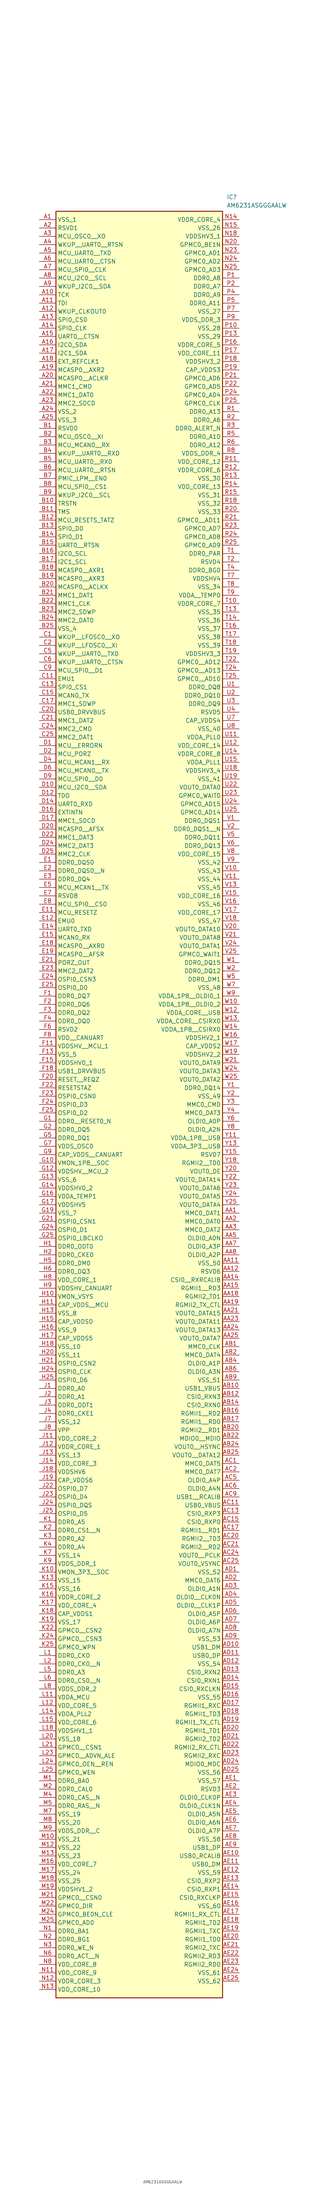
<source format=kicad_sym>
(kicad_symbol_lib
  (version 20211014)
  (generator SamacSys_ECAD_Model)
  (symbol "AM6231ASGGGAALW"
    (property "Reference" "IC"
      (at 57.15 7.62 0)
      (effects (font (size 1.27 1.27)) (justify left top)))
    (property "Value" "AM6231ASGGGAALW"
      (at 57.15 5.08 0)
      (effects (font (size 1.27 1.27)) (justify left top)))
    (rectangle
      (start 5.08 2.54)
      (end 55.88 -541.02)
      (stroke (width 0.254) (type default))
      (fill (type background)))
    (pin passive line
      (at 0 0 0)
      (length 5.08)
      (name "VSS_1" (effects (font (size 1.27 1.27))))
      (number "A1" (effects (font (size 1.27 1.27)))))
    (pin passive line
      (at 0 -2.54 0)
      (length 5.08)
      (name "RSVD1" (effects (font (size 1.27 1.27))))
      (number "A2" (effects (font (size 1.27 1.27)))))
    (pin passive line
      (at 0 -5.08 0)
      (length 5.08)
      (name "MCU_OSC0__XO" (effects (font (size 1.27 1.27))))
      (number "A3" (effects (font (size 1.27 1.27)))))
    (pin passive line
      (at 0 -7.62 0)
      (length 5.08)
      (name "WKUP__UART0__RTSN" (effects (font (size 1.27 1.27))))
      (number "A4" (effects (font (size 1.27 1.27)))))
    (pin passive line
      (at 0 -10.16 0)
      (length 5.08)
      (name "MCU_UART0__TXD" (effects (font (size 1.27 1.27))))
      (number "A5" (effects (font (size 1.27 1.27)))))
    (pin passive line
      (at 0 -12.7 0)
      (length 5.08)
      (name "MCU_UART0__CTSN" (effects (font (size 1.27 1.27))))
      (number "A6" (effects (font (size 1.27 1.27)))))
    (pin passive line
      (at 0 -15.24 0)
      (length 5.08)
      (name "MCU_SPI0__CLK" (effects (font (size 1.27 1.27))))
      (number "A7" (effects (font (size 1.27 1.27)))))
    (pin passive line
      (at 0 -17.78 0)
      (length 5.08)
      (name "MCU_I2C0__SCL" (effects (font (size 1.27 1.27))))
      (number "A8" (effects (font (size 1.27 1.27)))))
    (pin passive line
      (at 0 -20.32 0)
      (length 5.08)
      (name "WKUP_I2C0__SDA" (effects (font (size 1.27 1.27))))
      (number "A9" (effects (font (size 1.27 1.27)))))
    (pin passive line
      (at 0 -22.86 0)
      (length 5.08)
      (name "TCK" (effects (font (size 1.27 1.27))))
      (number "A10" (effects (font (size 1.27 1.27)))))
    (pin passive line
      (at 0 -25.4 0)
      (length 5.08)
      (name "TDI" (effects (font (size 1.27 1.27))))
      (number "A11" (effects (font (size 1.27 1.27)))))
    (pin passive line
      (at 0 -27.94 0)
      (length 5.08)
      (name "WKUP_CLKOUT0" (effects (font (size 1.27 1.27))))
      (number "A12" (effects (font (size 1.27 1.27)))))
    (pin passive line
      (at 0 -30.48 0)
      (length 5.08)
      (name "SPI0_CS0" (effects (font (size 1.27 1.27))))
      (number "A13" (effects (font (size 1.27 1.27)))))
    (pin passive line
      (at 0 -33.02 0)
      (length 5.08)
      (name "SPI0_CLK" (effects (font (size 1.27 1.27))))
      (number "A14" (effects (font (size 1.27 1.27)))))
    (pin passive line
      (at 0 -35.56 0)
      (length 5.08)
      (name "UART0__CTSN" (effects (font (size 1.27 1.27))))
      (number "A15" (effects (font (size 1.27 1.27)))))
    (pin passive line
      (at 0 -38.1 0)
      (length 5.08)
      (name "I2C0_SDA" (effects (font (size 1.27 1.27))))
      (number "A16" (effects (font (size 1.27 1.27)))))
    (pin passive line
      (at 0 -40.64 0)
      (length 5.08)
      (name "I2C1_SDA" (effects (font (size 1.27 1.27))))
      (number "A17" (effects (font (size 1.27 1.27)))))
    (pin passive line
      (at 0 -43.18 0)
      (length 5.08)
      (name "EXT_REFCLK1" (effects (font (size 1.27 1.27))))
      (number "A18" (effects (font (size 1.27 1.27)))))
    (pin passive line
      (at 0 -45.72 0)
      (length 5.08)
      (name "MCASP0__AXR2" (effects (font (size 1.27 1.27))))
      (number "A19" (effects (font (size 1.27 1.27)))))
    (pin passive line
      (at 0 -48.26 0)
      (length 5.08)
      (name "MCASP0__ACLKR" (effects (font (size 1.27 1.27))))
      (number "A20" (effects (font (size 1.27 1.27)))))
    (pin passive line
      (at 0 -50.8 0)
      (length 5.08)
      (name "MMC1_CMD" (effects (font (size 1.27 1.27))))
      (number "A21" (effects (font (size 1.27 1.27)))))
    (pin passive line
      (at 0 -53.34 0)
      (length 5.08)
      (name "MMC1_DAT0" (effects (font (size 1.27 1.27))))
      (number "A22" (effects (font (size 1.27 1.27)))))
    (pin passive line
      (at 0 -55.88 0)
      (length 5.08)
      (name "MMC2_SDCD" (effects (font (size 1.27 1.27))))
      (number "A23" (effects (font (size 1.27 1.27)))))
    (pin passive line
      (at 0 -58.42 0)
      (length 5.08)
      (name "VSS_2" (effects (font (size 1.27 1.27))))
      (number "A24" (effects (font (size 1.27 1.27)))))
    (pin passive line
      (at 0 -60.96 0)
      (length 5.08)
      (name "VSS_3" (effects (font (size 1.27 1.27))))
      (number "A25" (effects (font (size 1.27 1.27)))))
    (pin passive line
      (at 0 -63.5 0)
      (length 5.08)
      (name "RSVD0" (effects (font (size 1.27 1.27))))
      (number "B1" (effects (font (size 1.27 1.27)))))
    (pin passive line
      (at 0 -66.04 0)
      (length 5.08)
      (name "MCU_OSC0__XI" (effects (font (size 1.27 1.27))))
      (number "B2" (effects (font (size 1.27 1.27)))))
    (pin passive line
      (at 0 -68.58 0)
      (length 5.08)
      (name "MCU_MCAN0__RX" (effects (font (size 1.27 1.27))))
      (number "B3" (effects (font (size 1.27 1.27)))))
    (pin passive line
      (at 0 -71.12 0)
      (length 5.08)
      (name "WKUP__UART0__RXD" (effects (font (size 1.27 1.27))))
      (number "B4" (effects (font (size 1.27 1.27)))))
    (pin passive line
      (at 0 -73.66 0)
      (length 5.08)
      (name "MCU_UART0__RXD" (effects (font (size 1.27 1.27))))
      (number "B5" (effects (font (size 1.27 1.27)))))
    (pin passive line
      (at 0 -76.2 0)
      (length 5.08)
      (name "MCU_UART0__RTSN" (effects (font (size 1.27 1.27))))
      (number "B6" (effects (font (size 1.27 1.27)))))
    (pin passive line
      (at 0 -78.74 0)
      (length 5.08)
      (name "PMIC_LPM__EN0" (effects (font (size 1.27 1.27))))
      (number "B7" (effects (font (size 1.27 1.27)))))
    (pin passive line
      (at 0 -81.28 0)
      (length 5.08)
      (name "MCU_SPI0__CS1" (effects (font (size 1.27 1.27))))
      (number "B8" (effects (font (size 1.27 1.27)))))
    (pin passive line
      (at 0 -83.82 0)
      (length 5.08)
      (name "WKUP_I2C0__SCL" (effects (font (size 1.27 1.27))))
      (number "B9" (effects (font (size 1.27 1.27)))))
    (pin passive line
      (at 0 -86.36 0)
      (length 5.08)
      (name "TRSTN" (effects (font (size 1.27 1.27))))
      (number "B10" (effects (font (size 1.27 1.27)))))
    (pin passive line
      (at 0 -88.9 0)
      (length 5.08)
      (name "TMS" (effects (font (size 1.27 1.27))))
      (number "B11" (effects (font (size 1.27 1.27)))))
    (pin passive line
      (at 0 -91.44 0)
      (length 5.08)
      (name "MCU_RESETS_TATZ" (effects (font (size 1.27 1.27))))
      (number "B12" (effects (font (size 1.27 1.27)))))
    (pin passive line
      (at 0 -93.98 0)
      (length 5.08)
      (name "SPI0_D0" (effects (font (size 1.27 1.27))))
      (number "B13" (effects (font (size 1.27 1.27)))))
    (pin passive line
      (at 0 -96.52 0)
      (length 5.08)
      (name "SPI0_D1" (effects (font (size 1.27 1.27))))
      (number "B14" (effects (font (size 1.27 1.27)))))
    (pin passive line
      (at 0 -99.06 0)
      (length 5.08)
      (name "UART0__RTSN" (effects (font (size 1.27 1.27))))
      (number "B15" (effects (font (size 1.27 1.27)))))
    (pin passive line
      (at 0 -101.6 0)
      (length 5.08)
      (name "I2C0_SCL" (effects (font (size 1.27 1.27))))
      (number "B16" (effects (font (size 1.27 1.27)))))
    (pin passive line
      (at 0 -104.14 0)
      (length 5.08)
      (name "I2C1_SCL" (effects (font (size 1.27 1.27))))
      (number "B17" (effects (font (size 1.27 1.27)))))
    (pin passive line
      (at 0 -106.68 0)
      (length 5.08)
      (name "MCASP0__AXR1" (effects (font (size 1.27 1.27))))
      (number "B18" (effects (font (size 1.27 1.27)))))
    (pin passive line
      (at 0 -109.22 0)
      (length 5.08)
      (name "MCASP0__AXR3" (effects (font (size 1.27 1.27))))
      (number "B19" (effects (font (size 1.27 1.27)))))
    (pin passive line
      (at 0 -111.76 0)
      (length 5.08)
      (name "MCASP0__ACLKX" (effects (font (size 1.27 1.27))))
      (number "B20" (effects (font (size 1.27 1.27)))))
    (pin passive line
      (at 0 -114.3 0)
      (length 5.08)
      (name "MMC1_DAT1" (effects (font (size 1.27 1.27))))
      (number "B21" (effects (font (size 1.27 1.27)))))
    (pin passive line
      (at 0 -116.84 0)
      (length 5.08)
      (name "MMC1_CLK" (effects (font (size 1.27 1.27))))
      (number "B22" (effects (font (size 1.27 1.27)))))
    (pin passive line
      (at 0 -119.38 0)
      (length 5.08)
      (name "MMC2_SDWP" (effects (font (size 1.27 1.27))))
      (number "B23" (effects (font (size 1.27 1.27)))))
    (pin passive line
      (at 0 -121.92 0)
      (length 5.08)
      (name "MMC2_DAT0" (effects (font (size 1.27 1.27))))
      (number "B24" (effects (font (size 1.27 1.27)))))
    (pin passive line
      (at 0 -124.46 0)
      (length 5.08)
      (name "VSS_4" (effects (font (size 1.27 1.27))))
      (number "B25" (effects (font (size 1.27 1.27)))))
    (pin passive line
      (at 0 -127 0)
      (length 5.08)
      (name "WKUP__LFOSC0__XO" (effects (font (size 1.27 1.27))))
      (number "C1" (effects (font (size 1.27 1.27)))))
    (pin passive line
      (at 0 -129.54 0)
      (length 5.08)
      (name "WKUP__LFOSC0__XI" (effects (font (size 1.27 1.27))))
      (number "C2" (effects (font (size 1.27 1.27)))))
    (pin passive line
      (at 0 -132.08 0)
      (length 5.08)
      (name "WKUP__UART0__TXD" (effects (font (size 1.27 1.27))))
      (number "C5" (effects (font (size 1.27 1.27)))))
    (pin passive line
      (at 0 -134.62 0)
      (length 5.08)
      (name "WKUP__UART0__CTSN" (effects (font (size 1.27 1.27))))
      (number "C6" (effects (font (size 1.27 1.27)))))
    (pin passive line
      (at 0 -137.16 0)
      (length 5.08)
      (name "MCU_SPI0__D1" (effects (font (size 1.27 1.27))))
      (number "C9" (effects (font (size 1.27 1.27)))))
    (pin passive line
      (at 0 -139.7 0)
      (length 5.08)
      (name "EMU1" (effects (font (size 1.27 1.27))))
      (number "C11" (effects (font (size 1.27 1.27)))))
    (pin passive line
      (at 0 -142.24 0)
      (length 5.08)
      (name "SPI0_CS1" (effects (font (size 1.27 1.27))))
      (number "C13" (effects (font (size 1.27 1.27)))))
    (pin passive line
      (at 0 -144.78 0)
      (length 5.08)
      (name "MCAN0_TX" (effects (font (size 1.27 1.27))))
      (number "C15" (effects (font (size 1.27 1.27)))))
    (pin passive line
      (at 0 -147.32 0)
      (length 5.08)
      (name "MMC1_SDWP" (effects (font (size 1.27 1.27))))
      (number "C17" (effects (font (size 1.27 1.27)))))
    (pin passive line
      (at 0 -149.86 0)
      (length 5.08)
      (name "USB0_DRVVBUS" (effects (font (size 1.27 1.27))))
      (number "C20" (effects (font (size 1.27 1.27)))))
    (pin passive line
      (at 0 -152.4 0)
      (length 5.08)
      (name "MMC1_DAT2" (effects (font (size 1.27 1.27))))
      (number "C21" (effects (font (size 1.27 1.27)))))
    (pin passive line
      (at 0 -154.94 0)
      (length 5.08)
      (name "MMC2_CMD" (effects (font (size 1.27 1.27))))
      (number "C24" (effects (font (size 1.27 1.27)))))
    (pin passive line
      (at 0 -157.48 0)
      (length 5.08)
      (name "MMC2_DAT1" (effects (font (size 1.27 1.27))))
      (number "C25" (effects (font (size 1.27 1.27)))))
    (pin passive line
      (at 0 -160.02 0)
      (length 5.08)
      (name "MCU__ERRORN" (effects (font (size 1.27 1.27))))
      (number "D1" (effects (font (size 1.27 1.27)))))
    (pin passive line
      (at 0 -162.56 0)
      (length 5.08)
      (name "MCU_PORZ" (effects (font (size 1.27 1.27))))
      (number "D2" (effects (font (size 1.27 1.27)))))
    (pin passive line
      (at 0 -165.1 0)
      (length 5.08)
      (name "MCU_MCAN1__RX" (effects (font (size 1.27 1.27))))
      (number "D4" (effects (font (size 1.27 1.27)))))
    (pin passive line
      (at 0 -167.64 0)
      (length 5.08)
      (name "MCU_MCAN0__TX" (effects (font (size 1.27 1.27))))
      (number "D6" (effects (font (size 1.27 1.27)))))
    (pin passive line
      (at 0 -170.18 0)
      (length 5.08)
      (name "MCU_SPI0__D0" (effects (font (size 1.27 1.27))))
      (number "D9" (effects (font (size 1.27 1.27)))))
    (pin passive line
      (at 0 -172.72 0)
      (length 5.08)
      (name "MCU_I2C0__SDA" (effects (font (size 1.27 1.27))))
      (number "D10" (effects (font (size 1.27 1.27)))))
    (pin passive line
      (at 0 -175.26 0)
      (length 5.08)
      (name "TDO" (effects (font (size 1.27 1.27))))
      (number "D12" (effects (font (size 1.27 1.27)))))
    (pin passive line
      (at 0 -177.8 0)
      (length 5.08)
      (name "UART0_RXD" (effects (font (size 1.27 1.27))))
      (number "D14" (effects (font (size 1.27 1.27)))))
    (pin passive line
      (at 0 -180.34 0)
      (length 5.08)
      (name "EXTINTN" (effects (font (size 1.27 1.27))))
      (number "D16" (effects (font (size 1.27 1.27)))))
    (pin passive line
      (at 0 -182.88 0)
      (length 5.08)
      (name "MMC1_SDCD" (effects (font (size 1.27 1.27))))
      (number "D17" (effects (font (size 1.27 1.27)))))
    (pin passive line
      (at 0 -185.42 0)
      (length 5.08)
      (name "MCASP0__AFSX" (effects (font (size 1.27 1.27))))
      (number "D20" (effects (font (size 1.27 1.27)))))
    (pin passive line
      (at 0 -187.96 0)
      (length 5.08)
      (name "MMC1_DAT3" (effects (font (size 1.27 1.27))))
      (number "D22" (effects (font (size 1.27 1.27)))))
    (pin passive line
      (at 0 -190.5 0)
      (length 5.08)
      (name "MMC2_DAT3" (effects (font (size 1.27 1.27))))
      (number "D24" (effects (font (size 1.27 1.27)))))
    (pin passive line
      (at 0 -193.04 0)
      (length 5.08)
      (name "MMC2_CLK" (effects (font (size 1.27 1.27))))
      (number "D25" (effects (font (size 1.27 1.27)))))
    (pin passive line
      (at 0 -195.58 0)
      (length 5.08)
      (name "DDR0_DQS0" (effects (font (size 1.27 1.27))))
      (number "E1" (effects (font (size 1.27 1.27)))))
    (pin passive line
      (at 0 -198.12 0)
      (length 5.08)
      (name "DDR0_DQS0__N" (effects (font (size 1.27 1.27))))
      (number "E2" (effects (font (size 1.27 1.27)))))
    (pin passive line
      (at 0 -200.66 0)
      (length 5.08)
      (name "DDR0_DQ4" (effects (font (size 1.27 1.27))))
      (number "E3" (effects (font (size 1.27 1.27)))))
    (pin passive line
      (at 0 -203.2 0)
      (length 5.08)
      (name "MCU_MCAN1__TX" (effects (font (size 1.27 1.27))))
      (number "E5" (effects (font (size 1.27 1.27)))))
    (pin passive line
      (at 0 -205.74 0)
      (length 5.08)
      (name "RSVD8" (effects (font (size 1.27 1.27))))
      (number "E7" (effects (font (size 1.27 1.27)))))
    (pin passive line
      (at 0 -208.28 0)
      (length 5.08)
      (name "MCU_SPI0__CS0" (effects (font (size 1.27 1.27))))
      (number "E8" (effects (font (size 1.27 1.27)))))
    (pin passive line
      (at 0 -210.82 0)
      (length 5.08)
      (name "MCU_RESETZ" (effects (font (size 1.27 1.27))))
      (number "E11" (effects (font (size 1.27 1.27)))))
    (pin passive line
      (at 0 -213.36 0)
      (length 5.08)
      (name "EMU0" (effects (font (size 1.27 1.27))))
      (number "E12" (effects (font (size 1.27 1.27)))))
    (pin passive line
      (at 0 -215.9 0)
      (length 5.08)
      (name "UART0_TXD" (effects (font (size 1.27 1.27))))
      (number "E14" (effects (font (size 1.27 1.27)))))
    (pin passive line
      (at 0 -218.44 0)
      (length 5.08)
      (name "MCAN0_RX" (effects (font (size 1.27 1.27))))
      (number "E15" (effects (font (size 1.27 1.27)))))
    (pin passive line
      (at 0 -220.98 0)
      (length 5.08)
      (name "MCASP0__AXR0" (effects (font (size 1.27 1.27))))
      (number "E18" (effects (font (size 1.27 1.27)))))
    (pin passive line
      (at 0 -223.52 0)
      (length 5.08)
      (name "MCASP0__AFSR" (effects (font (size 1.27 1.27))))
      (number "E19" (effects (font (size 1.27 1.27)))))
    (pin passive line
      (at 0 -226.06 0)
      (length 5.08)
      (name "PORZ_OUT" (effects (font (size 1.27 1.27))))
      (number "E21" (effects (font (size 1.27 1.27)))))
    (pin passive line
      (at 0 -228.6 0)
      (length 5.08)
      (name "MMC2_DAT2" (effects (font (size 1.27 1.27))))
      (number "E23" (effects (font (size 1.27 1.27)))))
    (pin passive line
      (at 0 -231.14 0)
      (length 5.08)
      (name "OSPI0_CSN3" (effects (font (size 1.27 1.27))))
      (number "E24" (effects (font (size 1.27 1.27)))))
    (pin passive line
      (at 0 -233.68 0)
      (length 5.08)
      (name "OSPI0_D0" (effects (font (size 1.27 1.27))))
      (number "E25" (effects (font (size 1.27 1.27)))))
    (pin passive line
      (at 0 -236.22 0)
      (length 5.08)
      (name "DDR0_DQ7" (effects (font (size 1.27 1.27))))
      (number "F1" (effects (font (size 1.27 1.27)))))
    (pin passive line
      (at 0 -238.76 0)
      (length 5.08)
      (name "DDR0_DQ6" (effects (font (size 1.27 1.27))))
      (number "F2" (effects (font (size 1.27 1.27)))))
    (pin passive line
      (at 0 -241.3 0)
      (length 5.08)
      (name "DDR0_DQ2" (effects (font (size 1.27 1.27))))
      (number "F3" (effects (font (size 1.27 1.27)))))
    (pin passive line
      (at 0 -243.84 0)
      (length 5.08)
      (name "DDR0_DQ0" (effects (font (size 1.27 1.27))))
      (number "F4" (effects (font (size 1.27 1.27)))))
    (pin passive line
      (at 0 -246.38 0)
      (length 5.08)
      (name "RSVD2" (effects (font (size 1.27 1.27))))
      (number "F6" (effects (font (size 1.27 1.27)))))
    (pin passive line
      (at 0 -248.92 0)
      (length 5.08)
      (name "VDD__CANUART" (effects (font (size 1.27 1.27))))
      (number "F8" (effects (font (size 1.27 1.27)))))
    (pin passive line
      (at 0 -251.46 0)
      (length 5.08)
      (name "VDDSHV__MCU_1" (effects (font (size 1.27 1.27))))
      (number "F11" (effects (font (size 1.27 1.27)))))
    (pin passive line
      (at 0 -254 0)
      (length 5.08)
      (name "VSS_5" (effects (font (size 1.27 1.27))))
      (number "F13" (effects (font (size 1.27 1.27)))))
    (pin passive line
      (at 0 -256.54 0)
      (length 5.08)
      (name "VDDSHV0_1" (effects (font (size 1.27 1.27))))
      (number "F15" (effects (font (size 1.27 1.27)))))
    (pin passive line
      (at 0 -259.08 0)
      (length 5.08)
      (name "USB1_DRVVBUS" (effects (font (size 1.27 1.27))))
      (number "F18" (effects (font (size 1.27 1.27)))))
    (pin passive line
      (at 0 -261.62 0)
      (length 5.08)
      (name "RESET__REQZ" (effects (font (size 1.27 1.27))))
      (number "F20" (effects (font (size 1.27 1.27)))))
    (pin passive line
      (at 0 -264.16 0)
      (length 5.08)
      (name "RESETSTAZ" (effects (font (size 1.27 1.27))))
      (number "F22" (effects (font (size 1.27 1.27)))))
    (pin passive line
      (at 0 -266.7 0)
      (length 5.08)
      (name "OSPI0_CSN0" (effects (font (size 1.27 1.27))))
      (number "F23" (effects (font (size 1.27 1.27)))))
    (pin passive line
      (at 0 -269.24 0)
      (length 5.08)
      (name "OSPI0_D3" (effects (font (size 1.27 1.27))))
      (number "F24" (effects (font (size 1.27 1.27)))))
    (pin passive line
      (at 0 -271.78 0)
      (length 5.08)
      (name "OSPI0_D2" (effects (font (size 1.27 1.27))))
      (number "F25" (effects (font (size 1.27 1.27)))))
    (pin passive line
      (at 0 -274.32 0)
      (length 5.08)
      (name "DDR0__RESET0_N" (effects (font (size 1.27 1.27))))
      (number "G1" (effects (font (size 1.27 1.27)))))
    (pin passive line
      (at 0 -276.86 0)
      (length 5.08)
      (name "DDR0_DQ5" (effects (font (size 1.27 1.27))))
      (number "G2" (effects (font (size 1.27 1.27)))))
    (pin passive line
      (at 0 -279.4 0)
      (length 5.08)
      (name "DDR0_DQ1" (effects (font (size 1.27 1.27))))
      (number "G5" (effects (font (size 1.27 1.27)))))
    (pin passive line
      (at 0 -281.94 0)
      (length 5.08)
      (name "VDDS_OSC0" (effects (font (size 1.27 1.27))))
      (number "G7" (effects (font (size 1.27 1.27)))))
    (pin passive line
      (at 0 -284.48 0)
      (length 5.08)
      (name "CAP_VDDS__CANUART" (effects (font (size 1.27 1.27))))
      (number "G9" (effects (font (size 1.27 1.27)))))
    (pin passive line
      (at 0 -287.02 0)
      (length 5.08)
      (name "VMON_1P8__SOC" (effects (font (size 1.27 1.27))))
      (number "G10" (effects (font (size 1.27 1.27)))))
    (pin passive line
      (at 0 -289.56 0)
      (length 5.08)
      (name "VDDSHV__MCU_2" (effects (font (size 1.27 1.27))))
      (number "G12" (effects (font (size 1.27 1.27)))))
    (pin passive line
      (at 0 -292.1 0)
      (length 5.08)
      (name "VSS_6" (effects (font (size 1.27 1.27))))
      (number "G13" (effects (font (size 1.27 1.27)))))
    (pin passive line
      (at 0 -294.64 0)
      (length 5.08)
      (name "VDDSHV0_2" (effects (font (size 1.27 1.27))))
      (number "G14" (effects (font (size 1.27 1.27)))))
    (pin passive line
      (at 0 -297.18 0)
      (length 5.08)
      (name "VDDA_TEMP1" (effects (font (size 1.27 1.27))))
      (number "G16" (effects (font (size 1.27 1.27)))))
    (pin passive line
      (at 0 -299.72 0)
      (length 5.08)
      (name "VDDSHV5" (effects (font (size 1.27 1.27))))
      (number "G17" (effects (font (size 1.27 1.27)))))
    (pin passive line
      (at 0 -302.26 0)
      (length 5.08)
      (name "VSS_7" (effects (font (size 1.27 1.27))))
      (number "G19" (effects (font (size 1.27 1.27)))))
    (pin passive line
      (at 0 -304.8 0)
      (length 5.08)
      (name "OSPI0_CSN1" (effects (font (size 1.27 1.27))))
      (number "G21" (effects (font (size 1.27 1.27)))))
    (pin passive line
      (at 0 -307.34 0)
      (length 5.08)
      (name "OSPI0_D1" (effects (font (size 1.27 1.27))))
      (number "G24" (effects (font (size 1.27 1.27)))))
    (pin passive line
      (at 0 -309.88 0)
      (length 5.08)
      (name "OSPI0_LBCLKO" (effects (font (size 1.27 1.27))))
      (number "G25" (effects (font (size 1.27 1.27)))))
    (pin passive line
      (at 0 -312.42 0)
      (length 5.08)
      (name "DDR0_ODT0" (effects (font (size 1.27 1.27))))
      (number "H1" (effects (font (size 1.27 1.27)))))
    (pin passive line
      (at 0 -314.96 0)
      (length 5.08)
      (name "DDR0_CKE0" (effects (font (size 1.27 1.27))))
      (number "H2" (effects (font (size 1.27 1.27)))))
    (pin passive line
      (at 0 -317.5 0)
      (length 5.08)
      (name "DDR0_DM0" (effects (font (size 1.27 1.27))))
      (number "H5" (effects (font (size 1.27 1.27)))))
    (pin passive line
      (at 0 -320.04 0)
      (length 5.08)
      (name "DDR0_DQ3" (effects (font (size 1.27 1.27))))
      (number "H6" (effects (font (size 1.27 1.27)))))
    (pin passive line
      (at 0 -322.58 0)
      (length 5.08)
      (name "VDD_CORE_1" (effects (font (size 1.27 1.27))))
      (number "H8" (effects (font (size 1.27 1.27)))))
    (pin passive line
      (at 0 -325.12 0)
      (length 5.08)
      (name "VDDSHV_CANUART" (effects (font (size 1.27 1.27))))
      (number "H9" (effects (font (size 1.27 1.27)))))
    (pin passive line
      (at 0 -327.66 0)
      (length 5.08)
      (name "VMON_VSYS" (effects (font (size 1.27 1.27))))
      (number "H10" (effects (font (size 1.27 1.27)))))
    (pin passive line
      (at 0 -330.2 0)
      (length 5.08)
      (name "CAP_VDDS__MCU" (effects (font (size 1.27 1.27))))
      (number "H11" (effects (font (size 1.27 1.27)))))
    (pin passive line
      (at 0 -332.74 0)
      (length 5.08)
      (name "VSS_8" (effects (font (size 1.27 1.27))))
      (number "H13" (effects (font (size 1.27 1.27)))))
    (pin passive line
      (at 0 -335.28 0)
      (length 5.08)
      (name "CAP_VDDS0" (effects (font (size 1.27 1.27))))
      (number "H15" (effects (font (size 1.27 1.27)))))
    (pin passive line
      (at 0 -337.82 0)
      (length 5.08)
      (name "VSS_9" (effects (font (size 1.27 1.27))))
      (number "H16" (effects (font (size 1.27 1.27)))))
    (pin passive line
      (at 0 -340.36 0)
      (length 5.08)
      (name "CAP_VDDS5" (effects (font (size 1.27 1.27))))
      (number "H17" (effects (font (size 1.27 1.27)))))
    (pin passive line
      (at 0 -342.9 0)
      (length 5.08)
      (name "VSS_10" (effects (font (size 1.27 1.27))))
      (number "H18" (effects (font (size 1.27 1.27)))))
    (pin passive line
      (at 0 -345.44 0)
      (length 5.08)
      (name "VSS_11" (effects (font (size 1.27 1.27))))
      (number "H20" (effects (font (size 1.27 1.27)))))
    (pin passive line
      (at 0 -347.98 0)
      (length 5.08)
      (name "OSPI0_CSN2" (effects (font (size 1.27 1.27))))
      (number "H21" (effects (font (size 1.27 1.27)))))
    (pin passive line
      (at 0 -350.52 0)
      (length 5.08)
      (name "OSPI0_CLK" (effects (font (size 1.27 1.27))))
      (number "H24" (effects (font (size 1.27 1.27)))))
    (pin passive line
      (at 0 -353.06 0)
      (length 5.08)
      (name "OSPI0_D6" (effects (font (size 1.27 1.27))))
      (number "H25" (effects (font (size 1.27 1.27)))))
    (pin passive line
      (at 0 -355.6 0)
      (length 5.08)
      (name "DDR0_A0" (effects (font (size 1.27 1.27))))
      (number "J1" (effects (font (size 1.27 1.27)))))
    (pin passive line
      (at 0 -358.14 0)
      (length 5.08)
      (name "DDR0_A1" (effects (font (size 1.27 1.27))))
      (number "J2" (effects (font (size 1.27 1.27)))))
    (pin passive line
      (at 0 -360.68 0)
      (length 5.08)
      (name "DDR0_ODT1" (effects (font (size 1.27 1.27))))
      (number "J3" (effects (font (size 1.27 1.27)))))
    (pin passive line
      (at 0 -363.22 0)
      (length 5.08)
      (name "DDR0_CKE1" (effects (font (size 1.27 1.27))))
      (number "J4" (effects (font (size 1.27 1.27)))))
    (pin passive line
      (at 0 -365.76 0)
      (length 5.08)
      (name "VSS_12" (effects (font (size 1.27 1.27))))
      (number "J7" (effects (font (size 1.27 1.27)))))
    (pin passive line
      (at 0 -368.3 0)
      (length 5.08)
      (name "VPP" (effects (font (size 1.27 1.27))))
      (number "J8" (effects (font (size 1.27 1.27)))))
    (pin passive line
      (at 0 -370.84 0)
      (length 5.08)
      (name "VDD_CORE_2" (effects (font (size 1.27 1.27))))
      (number "J11" (effects (font (size 1.27 1.27)))))
    (pin passive line
      (at 0 -373.38 0)
      (length 5.08)
      (name "VDDR_CORE_1" (effects (font (size 1.27 1.27))))
      (number "J12" (effects (font (size 1.27 1.27)))))
    (pin passive line
      (at 0 -375.92 0)
      (length 5.08)
      (name "VSS_13" (effects (font (size 1.27 1.27))))
      (number "J13" (effects (font (size 1.27 1.27)))))
    (pin passive line
      (at 0 -378.46 0)
      (length 5.08)
      (name "VDD_CORE_3" (effects (font (size 1.27 1.27))))
      (number "J14" (effects (font (size 1.27 1.27)))))
    (pin passive line
      (at 0 -381 0)
      (length 5.08)
      (name "VDDSHV6" (effects (font (size 1.27 1.27))))
      (number "J18" (effects (font (size 1.27 1.27)))))
    (pin passive line
      (at 0 -383.54 0)
      (length 5.08)
      (name "CAP_VDDS6" (effects (font (size 1.27 1.27))))
      (number "J19" (effects (font (size 1.27 1.27)))))
    (pin passive line
      (at 0 -386.08 0)
      (length 5.08)
      (name "OSPI0_D7" (effects (font (size 1.27 1.27))))
      (number "J22" (effects (font (size 1.27 1.27)))))
    (pin passive line
      (at 0 -388.62 0)
      (length 5.08)
      (name "OSPI0_D4" (effects (font (size 1.27 1.27))))
      (number "J23" (effects (font (size 1.27 1.27)))))
    (pin passive line
      (at 0 -391.16 0)
      (length 5.08)
      (name "OSPI0_DQS" (effects (font (size 1.27 1.27))))
      (number "J24" (effects (font (size 1.27 1.27)))))
    (pin passive line
      (at 0 -393.7 0)
      (length 5.08)
      (name "OSPI0_D5" (effects (font (size 1.27 1.27))))
      (number "J25" (effects (font (size 1.27 1.27)))))
    (pin passive line
      (at 0 -396.24 0)
      (length 5.08)
      (name "DDR0_A5" (effects (font (size 1.27 1.27))))
      (number "K1" (effects (font (size 1.27 1.27)))))
    (pin passive line
      (at 0 -398.78 0)
      (length 5.08)
      (name "DDR0_CS1__N" (effects (font (size 1.27 1.27))))
      (number "K2" (effects (font (size 1.27 1.27)))))
    (pin passive line
      (at 0 -401.32 0)
      (length 5.08)
      (name "DDR0_A2" (effects (font (size 1.27 1.27))))
      (number "K3" (effects (font (size 1.27 1.27)))))
    (pin passive line
      (at 0 -403.86 0)
      (length 5.08)
      (name "DDR0_A4" (effects (font (size 1.27 1.27))))
      (number "K4" (effects (font (size 1.27 1.27)))))
    (pin passive line
      (at 0 -406.4 0)
      (length 5.08)
      (name "VSS_14" (effects (font (size 1.27 1.27))))
      (number "K7" (effects (font (size 1.27 1.27)))))
    (pin passive line
      (at 0 -408.94 0)
      (length 5.08)
      (name "VDDS_DDR_1" (effects (font (size 1.27 1.27))))
      (number "K9" (effects (font (size 1.27 1.27)))))
    (pin passive line
      (at 0 -411.48 0)
      (length 5.08)
      (name "VMON_3P3__SOC" (effects (font (size 1.27 1.27))))
      (number "K10" (effects (font (size 1.27 1.27)))))
    (pin passive line
      (at 0 -414.02 0)
      (length 5.08)
      (name "VSS_15" (effects (font (size 1.27 1.27))))
      (number "K13" (effects (font (size 1.27 1.27)))))
    (pin passive line
      (at 0 -416.56 0)
      (length 5.08)
      (name "VSS_16" (effects (font (size 1.27 1.27))))
      (number "K15" (effects (font (size 1.27 1.27)))))
    (pin passive line
      (at 0 -419.1 0)
      (length 5.08)
      (name "VDDR_CORE_2" (effects (font (size 1.27 1.27))))
      (number "K16" (effects (font (size 1.27 1.27)))))
    (pin passive line
      (at 0 -421.64 0)
      (length 5.08)
      (name "VDD_CORE_4" (effects (font (size 1.27 1.27))))
      (number "K17" (effects (font (size 1.27 1.27)))))
    (pin passive line
      (at 0 -424.18 0)
      (length 5.08)
      (name "CAP_VDDS1" (effects (font (size 1.27 1.27))))
      (number "K18" (effects (font (size 1.27 1.27)))))
    (pin passive line
      (at 0 -426.72 0)
      (length 5.08)
      (name "VSS_17" (effects (font (size 1.27 1.27))))
      (number "K19" (effects (font (size 1.27 1.27)))))
    (pin passive line
      (at 0 -429.26 0)
      (length 5.08)
      (name "GPMC0__CSN2" (effects (font (size 1.27 1.27))))
      (number "K22" (effects (font (size 1.27 1.27)))))
    (pin passive line
      (at 0 -431.8 0)
      (length 5.08)
      (name "GPMC0__CSN3" (effects (font (size 1.27 1.27))))
      (number "K24" (effects (font (size 1.27 1.27)))))
    (pin passive line
      (at 0 -434.34 0)
      (length 5.08)
      (name "GPMC0_WPN" (effects (font (size 1.27 1.27))))
      (number "K25" (effects (font (size 1.27 1.27)))))
    (pin passive line
      (at 0 -436.88 0)
      (length 5.08)
      (name "DDR0_CK0" (effects (font (size 1.27 1.27))))
      (number "L1" (effects (font (size 1.27 1.27)))))
    (pin passive line
      (at 0 -439.42 0)
      (length 5.08)
      (name "DDR0_CK0__N" (effects (font (size 1.27 1.27))))
      (number "L2" (effects (font (size 1.27 1.27)))))
    (pin passive line
      (at 0 -441.96 0)
      (length 5.08)
      (name "DDR0_A3" (effects (font (size 1.27 1.27))))
      (number "L5" (effects (font (size 1.27 1.27)))))
    (pin passive line
      (at 0 -444.5 0)
      (length 5.08)
      (name "DDR0_CS0__N" (effects (font (size 1.27 1.27))))
      (number "L6" (effects (font (size 1.27 1.27)))))
    (pin passive line
      (at 0 -447.04 0)
      (length 5.08)
      (name "VDDS_DDR_2" (effects (font (size 1.27 1.27))))
      (number "L8" (effects (font (size 1.27 1.27)))))
    (pin passive line
      (at 0 -449.58 0)
      (length 5.08)
      (name "VDDA_MCU" (effects (font (size 1.27 1.27))))
      (number "L11" (effects (font (size 1.27 1.27)))))
    (pin passive line
      (at 0 -452.12 0)
      (length 5.08)
      (name "VDD_CORE_5" (effects (font (size 1.27 1.27))))
      (number "L12" (effects (font (size 1.27 1.27)))))
    (pin passive line
      (at 0 -454.66 0)
      (length 5.08)
      (name "VDDA_PLL2" (effects (font (size 1.27 1.27))))
      (number "L14" (effects (font (size 1.27 1.27)))))
    (pin passive line
      (at 0 -457.2 0)
      (length 5.08)
      (name "VDD_CORE_6" (effects (font (size 1.27 1.27))))
      (number "L15" (effects (font (size 1.27 1.27)))))
    (pin passive line
      (at 0 -459.74 0)
      (length 5.08)
      (name "VDDSHV1_1" (effects (font (size 1.27 1.27))))
      (number "L18" (effects (font (size 1.27 1.27)))))
    (pin passive line
      (at 0 -462.28 0)
      (length 5.08)
      (name "VSS_18" (effects (font (size 1.27 1.27))))
      (number "L20" (effects (font (size 1.27 1.27)))))
    (pin passive line
      (at 0 -464.82 0)
      (length 5.08)
      (name "GPMC0__CSN1" (effects (font (size 1.27 1.27))))
      (number "L21" (effects (font (size 1.27 1.27)))))
    (pin passive line
      (at 0 -467.36 0)
      (length 5.08)
      (name "GPMC0__ADVN_ALE" (effects (font (size 1.27 1.27))))
      (number "L23" (effects (font (size 1.27 1.27)))))
    (pin passive line
      (at 0 -469.9 0)
      (length 5.08)
      (name "GPMC0_OEN__REN" (effects (font (size 1.27 1.27))))
      (number "L24" (effects (font (size 1.27 1.27)))))
    (pin passive line
      (at 0 -472.44 0)
      (length 5.08)
      (name "GPMC0_WEN" (effects (font (size 1.27 1.27))))
      (number "L25" (effects (font (size 1.27 1.27)))))
    (pin passive line
      (at 0 -474.98 0)
      (length 5.08)
      (name "DDR0_BA0" (effects (font (size 1.27 1.27))))
      (number "M1" (effects (font (size 1.27 1.27)))))
    (pin passive line
      (at 0 -477.52 0)
      (length 5.08)
      (name "DDR0_CAL0" (effects (font (size 1.27 1.27))))
      (number "M2" (effects (font (size 1.27 1.27)))))
    (pin passive line
      (at 0 -480.06 0)
      (length 5.08)
      (name "DDR0_CAS__N" (effects (font (size 1.27 1.27))))
      (number "M4" (effects (font (size 1.27 1.27)))))
    (pin passive line
      (at 0 -482.6 0)
      (length 5.08)
      (name "DDR0_RAS__N" (effects (font (size 1.27 1.27))))
      (number "M5" (effects (font (size 1.27 1.27)))))
    (pin passive line
      (at 0 -485.14 0)
      (length 5.08)
      (name "VSS_19" (effects (font (size 1.27 1.27))))
      (number "M7" (effects (font (size 1.27 1.27)))))
    (pin passive line
      (at 0 -487.68 0)
      (length 5.08)
      (name "VSS_20" (effects (font (size 1.27 1.27))))
      (number "M8" (effects (font (size 1.27 1.27)))))
    (pin passive line
      (at 0 -490.22 0)
      (length 5.08)
      (name "VDDS_DDR__C" (effects (font (size 1.27 1.27))))
      (number "M9" (effects (font (size 1.27 1.27)))))
    (pin passive line
      (at 0 -492.76 0)
      (length 5.08)
      (name "VSS_21" (effects (font (size 1.27 1.27))))
      (number "M10" (effects (font (size 1.27 1.27)))))
    (pin passive line
      (at 0 -495.3 0)
      (length 5.08)
      (name "VSS_22" (effects (font (size 1.27 1.27))))
      (number "M12" (effects (font (size 1.27 1.27)))))
    (pin passive line
      (at 0 -497.84 0)
      (length 5.08)
      (name "VSS_23" (effects (font (size 1.27 1.27))))
      (number "M13" (effects (font (size 1.27 1.27)))))
    (pin passive line
      (at 0 -500.38 0)
      (length 5.08)
      (name "VDD_CORE_7" (effects (font (size 1.27 1.27))))
      (number "M16" (effects (font (size 1.27 1.27)))))
    (pin passive line
      (at 0 -502.92 0)
      (length 5.08)
      (name "VSS_24" (effects (font (size 1.27 1.27))))
      (number "M17" (effects (font (size 1.27 1.27)))))
    (pin passive line
      (at 0 -505.46 0)
      (length 5.08)
      (name "VSS_25" (effects (font (size 1.27 1.27))))
      (number "M18" (effects (font (size 1.27 1.27)))))
    (pin passive line
      (at 0 -508 0)
      (length 5.08)
      (name "VDDSHV1_2" (effects (font (size 1.27 1.27))))
      (number "M19" (effects (font (size 1.27 1.27)))))
    (pin passive line
      (at 0 -510.54 0)
      (length 5.08)
      (name "GPMC0__CSN0" (effects (font (size 1.27 1.27))))
      (number "M21" (effects (font (size 1.27 1.27)))))
    (pin passive line
      (at 0 -513.08 0)
      (length 5.08)
      (name "GPMC0_DIR" (effects (font (size 1.27 1.27))))
      (number "M22" (effects (font (size 1.27 1.27)))))
    (pin passive line
      (at 0 -515.62 0)
      (length 5.08)
      (name "GPMC0_BE0N_CLE" (effects (font (size 1.27 1.27))))
      (number "M24" (effects (font (size 1.27 1.27)))))
    (pin passive line
      (at 0 -518.16 0)
      (length 5.08)
      (name "GPMC0_AD0" (effects (font (size 1.27 1.27))))
      (number "M25" (effects (font (size 1.27 1.27)))))
    (pin passive line
      (at 0 -520.7 0)
      (length 5.08)
      (name "DDR0_BA1" (effects (font (size 1.27 1.27))))
      (number "N1" (effects (font (size 1.27 1.27)))))
    (pin passive line
      (at 0 -523.24 0)
      (length 5.08)
      (name "DDR0_BG1" (effects (font (size 1.27 1.27))))
      (number "N2" (effects (font (size 1.27 1.27)))))
    (pin passive line
      (at 0 -525.78 0)
      (length 5.08)
      (name "DDR0_WE_N" (effects (font (size 1.27 1.27))))
      (number "N3" (effects (font (size 1.27 1.27)))))
    (pin passive line
      (at 0 -528.32 0)
      (length 5.08)
      (name "DDR0_ACT__N" (effects (font (size 1.27 1.27))))
      (number "N6" (effects (font (size 1.27 1.27)))))
    (pin passive line
      (at 0 -530.86 0)
      (length 5.08)
      (name "VDD_CORE_8" (effects (font (size 1.27 1.27))))
      (number "N8" (effects (font (size 1.27 1.27)))))
    (pin passive line
      (at 0 -533.4 0)
      (length 5.08)
      (name "VDD_CORE_9" (effects (font (size 1.27 1.27))))
      (number "N11" (effects (font (size 1.27 1.27)))))
    (pin passive line
      (at 0 -535.94 0)
      (length 5.08)
      (name "VDDR_CORE_3" (effects (font (size 1.27 1.27))))
      (number "N12" (effects (font (size 1.27 1.27)))))
    (pin passive line
      (at 0 -538.48 0)
      (length 5.08)
      (name "VDD_CORE_10" (effects (font (size 1.27 1.27))))
      (number "N13" (effects (font (size 1.27 1.27)))))
    (pin passive line
      (at 60.96 0 180)
      (length 5.08)
      (name "VDDR_CORE_4" (effects (font (size 1.27 1.27))))
      (number "N14" (effects (font (size 1.27 1.27)))))
    (pin passive line
      (at 60.96 -2.54 180)
      (length 5.08)
      (name "VSS_26" (effects (font (size 1.27 1.27))))
      (number "N15" (effects (font (size 1.27 1.27)))))
    (pin passive line
      (at 60.96 -5.08 180)
      (length 5.08)
      (name "VDDSHV3_1" (effects (font (size 1.27 1.27))))
      (number "N18" (effects (font (size 1.27 1.27)))))
    (pin passive line
      (at 60.96 -7.62 180)
      (length 5.08)
      (name "GPMC0_BE1N" (effects (font (size 1.27 1.27))))
      (number "N20" (effects (font (size 1.27 1.27)))))
    (pin passive line
      (at 60.96 -10.16 180)
      (length 5.08)
      (name "GPMC0_AD1" (effects (font (size 1.27 1.27))))
      (number "N23" (effects (font (size 1.27 1.27)))))
    (pin passive line
      (at 60.96 -12.7 180)
      (length 5.08)
      (name "GPMC0_AD2" (effects (font (size 1.27 1.27))))
      (number "N24" (effects (font (size 1.27 1.27)))))
    (pin passive line
      (at 60.96 -15.24 180)
      (length 5.08)
      (name "GPMC0_AD3" (effects (font (size 1.27 1.27))))
      (number "N25" (effects (font (size 1.27 1.27)))))
    (pin passive line
      (at 60.96 -17.78 180)
      (length 5.08)
      (name "DDR0_A8" (effects (font (size 1.27 1.27))))
      (number "P1" (effects (font (size 1.27 1.27)))))
    (pin passive line
      (at 60.96 -20.32 180)
      (length 5.08)
      (name "DDR0_A7" (effects (font (size 1.27 1.27))))
      (number "P2" (effects (font (size 1.27 1.27)))))
    (pin passive line
      (at 60.96 -22.86 180)
      (length 5.08)
      (name "DDR0_A9" (effects (font (size 1.27 1.27))))
      (number "P4" (effects (font (size 1.27 1.27)))))
    (pin passive line
      (at 60.96 -25.4 180)
      (length 5.08)
      (name "DDR0_A11" (effects (font (size 1.27 1.27))))
      (number "P5" (effects (font (size 1.27 1.27)))))
    (pin passive line
      (at 60.96 -27.94 180)
      (length 5.08)
      (name "VSS_27" (effects (font (size 1.27 1.27))))
      (number "P7" (effects (font (size 1.27 1.27)))))
    (pin passive line
      (at 60.96 -30.48 180)
      (length 5.08)
      (name "VDDS_DDR_3" (effects (font (size 1.27 1.27))))
      (number "P9" (effects (font (size 1.27 1.27)))))
    (pin passive line
      (at 60.96 -33.02 180)
      (length 5.08)
      (name "VSS_28" (effects (font (size 1.27 1.27))))
      (number "P10" (effects (font (size 1.27 1.27)))))
    (pin passive line
      (at 60.96 -35.56 180)
      (length 5.08)
      (name "VSS_29" (effects (font (size 1.27 1.27))))
      (number "P13" (effects (font (size 1.27 1.27)))))
    (pin passive line
      (at 60.96 -38.1 180)
      (length 5.08)
      (name "VDDR_CORE_5" (effects (font (size 1.27 1.27))))
      (number "P16" (effects (font (size 1.27 1.27)))))
    (pin passive line
      (at 60.96 -40.64 180)
      (length 5.08)
      (name "VDD_CORE_11" (effects (font (size 1.27 1.27))))
      (number "P17" (effects (font (size 1.27 1.27)))))
    (pin passive line
      (at 60.96 -43.18 180)
      (length 5.08)
      (name "VDDSHV3_2" (effects (font (size 1.27 1.27))))
      (number "P18" (effects (font (size 1.27 1.27)))))
    (pin passive line
      (at 60.96 -45.72 180)
      (length 5.08)
      (name "CAP_VDDS3" (effects (font (size 1.27 1.27))))
      (number "P19" (effects (font (size 1.27 1.27)))))
    (pin passive line
      (at 60.96 -48.26 180)
      (length 5.08)
      (name "GPMC0_AD6" (effects (font (size 1.27 1.27))))
      (number "P21" (effects (font (size 1.27 1.27)))))
    (pin passive line
      (at 60.96 -50.8 180)
      (length 5.08)
      (name "GPMC0_AD5" (effects (font (size 1.27 1.27))))
      (number "P22" (effects (font (size 1.27 1.27)))))
    (pin passive line
      (at 60.96 -53.34 180)
      (length 5.08)
      (name "GPMC0_AD4" (effects (font (size 1.27 1.27))))
      (number "P24" (effects (font (size 1.27 1.27)))))
    (pin passive line
      (at 60.96 -55.88 180)
      (length 5.08)
      (name "GPMC0_CLK" (effects (font (size 1.27 1.27))))
      (number "P25" (effects (font (size 1.27 1.27)))))
    (pin passive line
      (at 60.96 -58.42 180)
      (length 5.08)
      (name "DDR0_A13" (effects (font (size 1.27 1.27))))
      (number "R1" (effects (font (size 1.27 1.27)))))
    (pin passive line
      (at 60.96 -60.96 180)
      (length 5.08)
      (name "DDR0_A6" (effects (font (size 1.27 1.27))))
      (number "R2" (effects (font (size 1.27 1.27)))))
    (pin passive line
      (at 60.96 -63.5 180)
      (length 5.08)
      (name "DDR0_ALERT_N" (effects (font (size 1.27 1.27))))
      (number "R3" (effects (font (size 1.27 1.27)))))
    (pin passive line
      (at 60.96 -66.04 180)
      (length 5.08)
      (name "DDR0_A10" (effects (font (size 1.27 1.27))))
      (number "R5" (effects (font (size 1.27 1.27)))))
    (pin passive line
      (at 60.96 -68.58 180)
      (length 5.08)
      (name "DDR0_A12" (effects (font (size 1.27 1.27))))
      (number "R6" (effects (font (size 1.27 1.27)))))
    (pin passive line
      (at 60.96 -71.12 180)
      (length 5.08)
      (name "VDDS_DDR_4" (effects (font (size 1.27 1.27))))
      (number "R8" (effects (font (size 1.27 1.27)))))
    (pin passive line
      (at 60.96 -73.66 180)
      (length 5.08)
      (name "VDD_CORE_12" (effects (font (size 1.27 1.27))))
      (number "R11" (effects (font (size 1.27 1.27)))))
    (pin passive line
      (at 60.96 -76.2 180)
      (length 5.08)
      (name "VDDR_CORE_6" (effects (font (size 1.27 1.27))))
      (number "R12" (effects (font (size 1.27 1.27)))))
    (pin passive line
      (at 60.96 -78.74 180)
      (length 5.08)
      (name "VSS_30" (effects (font (size 1.27 1.27))))
      (number "R13" (effects (font (size 1.27 1.27)))))
    (pin passive line
      (at 60.96 -81.28 180)
      (length 5.08)
      (name "VDD_CORE_13" (effects (font (size 1.27 1.27))))
      (number "R14" (effects (font (size 1.27 1.27)))))
    (pin passive line
      (at 60.96 -83.82 180)
      (length 5.08)
      (name "VSS_31" (effects (font (size 1.27 1.27))))
      (number "R15" (effects (font (size 1.27 1.27)))))
    (pin passive line
      (at 60.96 -86.36 180)
      (length 5.08)
      (name "VSS_32" (effects (font (size 1.27 1.27))))
      (number "R18" (effects (font (size 1.27 1.27)))))
    (pin passive line
      (at 60.96 -88.9 180)
      (length 5.08)
      (name "VSS_33" (effects (font (size 1.27 1.27))))
      (number "R20" (effects (font (size 1.27 1.27)))))
    (pin passive line
      (at 60.96 -91.44 180)
      (length 5.08)
      (name "GPMC0__AD11" (effects (font (size 1.27 1.27))))
      (number "R21" (effects (font (size 1.27 1.27)))))
    (pin passive line
      (at 60.96 -93.98 180)
      (length 5.08)
      (name "GPMC0_AD7" (effects (font (size 1.27 1.27))))
      (number "R23" (effects (font (size 1.27 1.27)))))
    (pin passive line
      (at 60.96 -96.52 180)
      (length 5.08)
      (name "GPMC0_AD8" (effects (font (size 1.27 1.27))))
      (number "R24" (effects (font (size 1.27 1.27)))))
    (pin passive line
      (at 60.96 -99.06 180)
      (length 5.08)
      (name "GPMC0_AD9" (effects (font (size 1.27 1.27))))
      (number "R25" (effects (font (size 1.27 1.27)))))
    (pin passive line
      (at 60.96 -101.6 180)
      (length 5.08)
      (name "DDR0_PAR" (effects (font (size 1.27 1.27))))
      (number "T1" (effects (font (size 1.27 1.27)))))
    (pin passive line
      (at 60.96 -104.14 180)
      (length 5.08)
      (name "RSVD4" (effects (font (size 1.27 1.27))))
      (number "T2" (effects (font (size 1.27 1.27)))))
    (pin passive line
      (at 60.96 -106.68 180)
      (length 5.08)
      (name "DDR0_BG0" (effects (font (size 1.27 1.27))))
      (number "T4" (effects (font (size 1.27 1.27)))))
    (pin passive line
      (at 60.96 -109.22 180)
      (length 5.08)
      (name "VDDSHV4" (effects (font (size 1.27 1.27))))
      (number "T7" (effects (font (size 1.27 1.27)))))
    (pin passive line
      (at 60.96 -111.76 180)
      (length 5.08)
      (name "VSS_34" (effects (font (size 1.27 1.27))))
      (number "T8" (effects (font (size 1.27 1.27)))))
    (pin passive line
      (at 60.96 -114.3 180)
      (length 5.08)
      (name "VDDA__TEMP0" (effects (font (size 1.27 1.27))))
      (number "T9" (effects (font (size 1.27 1.27)))))
    (pin passive line
      (at 60.96 -116.84 180)
      (length 5.08)
      (name "VDDR_CORE_7" (effects (font (size 1.27 1.27))))
      (number "T10" (effects (font (size 1.27 1.27)))))
    (pin passive line
      (at 60.96 -119.38 180)
      (length 5.08)
      (name "VSS_35" (effects (font (size 1.27 1.27))))
      (number "T13" (effects (font (size 1.27 1.27)))))
    (pin passive line
      (at 60.96 -121.92 180)
      (length 5.08)
      (name "VSS_36" (effects (font (size 1.27 1.27))))
      (number "T14" (effects (font (size 1.27 1.27)))))
    (pin passive line
      (at 60.96 -124.46 180)
      (length 5.08)
      (name "VSS_37" (effects (font (size 1.27 1.27))))
      (number "T16" (effects (font (size 1.27 1.27)))))
    (pin passive line
      (at 60.96 -127 180)
      (length 5.08)
      (name "VSS_38" (effects (font (size 1.27 1.27))))
      (number "T17" (effects (font (size 1.27 1.27)))))
    (pin passive line
      (at 60.96 -129.54 180)
      (length 5.08)
      (name "VSS_39" (effects (font (size 1.27 1.27))))
      (number "T18" (effects (font (size 1.27 1.27)))))
    (pin passive line
      (at 60.96 -132.08 180)
      (length 5.08)
      (name "VDDSHV3_3" (effects (font (size 1.27 1.27))))
      (number "T19" (effects (font (size 1.27 1.27)))))
    (pin passive line
      (at 60.96 -134.62 180)
      (length 5.08)
      (name "GPMC0__AD12" (effects (font (size 1.27 1.27))))
      (number "T22" (effects (font (size 1.27 1.27)))))
    (pin passive line
      (at 60.96 -137.16 180)
      (length 5.08)
      (name "GPMC0__AD13" (effects (font (size 1.27 1.27))))
      (number "T24" (effects (font (size 1.27 1.27)))))
    (pin passive line
      (at 60.96 -139.7 180)
      (length 5.08)
      (name "GPMC0__AD10" (effects (font (size 1.27 1.27))))
      (number "T25" (effects (font (size 1.27 1.27)))))
    (pin passive line
      (at 60.96 -142.24 180)
      (length 5.08)
      (name "DDR0_DQ8" (effects (font (size 1.27 1.27))))
      (number "U1" (effects (font (size 1.27 1.27)))))
    (pin passive line
      (at 60.96 -144.78 180)
      (length 5.08)
      (name "DDR0_DQ10" (effects (font (size 1.27 1.27))))
      (number "U2" (effects (font (size 1.27 1.27)))))
    (pin passive line
      (at 60.96 -147.32 180)
      (length 5.08)
      (name "DDR0_DQ9" (effects (font (size 1.27 1.27))))
      (number "U3" (effects (font (size 1.27 1.27)))))
    (pin passive line
      (at 60.96 -149.86 180)
      (length 5.08)
      (name "RSVD5" (effects (font (size 1.27 1.27))))
      (number "U4" (effects (font (size 1.27 1.27)))))
    (pin passive line
      (at 60.96 -152.4 180)
      (length 5.08)
      (name "CAP_VDDS4" (effects (font (size 1.27 1.27))))
      (number "U7" (effects (font (size 1.27 1.27)))))
    (pin passive line
      (at 60.96 -154.94 180)
      (length 5.08)
      (name "VSS_40" (effects (font (size 1.27 1.27))))
      (number "U8" (effects (font (size 1.27 1.27)))))
    (pin passive line
      (at 60.96 -157.48 180)
      (length 5.08)
      (name "VDDA_PLL0" (effects (font (size 1.27 1.27))))
      (number "U11" (effects (font (size 1.27 1.27)))))
    (pin passive line
      (at 60.96 -160.02 180)
      (length 5.08)
      (name "VDD_CORE_14" (effects (font (size 1.27 1.27))))
      (number "U12" (effects (font (size 1.27 1.27)))))
    (pin passive line
      (at 60.96 -162.56 180)
      (length 5.08)
      (name "VDDR_CORE_8" (effects (font (size 1.27 1.27))))
      (number "U14" (effects (font (size 1.27 1.27)))))
    (pin passive line
      (at 60.96 -165.1 180)
      (length 5.08)
      (name "VDDA_PLL1" (effects (font (size 1.27 1.27))))
      (number "U15" (effects (font (size 1.27 1.27)))))
    (pin passive line
      (at 60.96 -167.64 180)
      (length 5.08)
      (name "VDDSHV3_4" (effects (font (size 1.27 1.27))))
      (number "U18" (effects (font (size 1.27 1.27)))))
    (pin passive line
      (at 60.96 -170.18 180)
      (length 5.08)
      (name "VSS_41" (effects (font (size 1.27 1.27))))
      (number "U19" (effects (font (size 1.27 1.27)))))
    (pin passive line
      (at 60.96 -172.72 180)
      (length 5.08)
      (name "VOUT0_DATA0" (effects (font (size 1.27 1.27))))
      (number "U22" (effects (font (size 1.27 1.27)))))
    (pin passive line
      (at 60.96 -175.26 180)
      (length 5.08)
      (name "GPMC0_WAIT0" (effects (font (size 1.27 1.27))))
      (number "U23" (effects (font (size 1.27 1.27)))))
    (pin passive line
      (at 60.96 -177.8 180)
      (length 5.08)
      (name "GPMC0_AD15" (effects (font (size 1.27 1.27))))
      (number "U24" (effects (font (size 1.27 1.27)))))
    (pin passive line
      (at 60.96 -180.34 180)
      (length 5.08)
      (name "GPMC0_AD14" (effects (font (size 1.27 1.27))))
      (number "U25" (effects (font (size 1.27 1.27)))))
    (pin passive line
      (at 60.96 -182.88 180)
      (length 5.08)
      (name "DDR0_DQS1" (effects (font (size 1.27 1.27))))
      (number "V1" (effects (font (size 1.27 1.27)))))
    (pin passive line
      (at 60.96 -185.42 180)
      (length 5.08)
      (name "DDR0_DQS1__N" (effects (font (size 1.27 1.27))))
      (number "V2" (effects (font (size 1.27 1.27)))))
    (pin passive line
      (at 60.96 -187.96 180)
      (length 5.08)
      (name "DDR0_DQ11" (effects (font (size 1.27 1.27))))
      (number "V5" (effects (font (size 1.27 1.27)))))
    (pin passive line
      (at 60.96 -190.5 180)
      (length 5.08)
      (name "DDR0_DQ13" (effects (font (size 1.27 1.27))))
      (number "V6" (effects (font (size 1.27 1.27)))))
    (pin passive line
      (at 60.96 -193.04 180)
      (length 5.08)
      (name "VDD_CORE_15" (effects (font (size 1.27 1.27))))
      (number "V8" (effects (font (size 1.27 1.27)))))
    (pin passive line
      (at 60.96 -195.58 180)
      (length 5.08)
      (name "VSS_42" (effects (font (size 1.27 1.27))))
      (number "V9" (effects (font (size 1.27 1.27)))))
    (pin passive line
      (at 60.96 -198.12 180)
      (length 5.08)
      (name "VSS_43" (effects (font (size 1.27 1.27))))
      (number "V10" (effects (font (size 1.27 1.27)))))
    (pin passive line
      (at 60.96 -200.66 180)
      (length 5.08)
      (name "VSS_44" (effects (font (size 1.27 1.27))))
      (number "V11" (effects (font (size 1.27 1.27)))))
    (pin passive line
      (at 60.96 -203.2 180)
      (length 5.08)
      (name "VSS_45" (effects (font (size 1.27 1.27))))
      (number "V13" (effects (font (size 1.27 1.27)))))
    (pin passive line
      (at 60.96 -205.74 180)
      (length 5.08)
      (name "VDD_CORE_16" (effects (font (size 1.27 1.27))))
      (number "V15" (effects (font (size 1.27 1.27)))))
    (pin passive line
      (at 60.96 -208.28 180)
      (length 5.08)
      (name "VSS_46" (effects (font (size 1.27 1.27))))
      (number "V16" (effects (font (size 1.27 1.27)))))
    (pin passive line
      (at 60.96 -210.82 180)
      (length 5.08)
      (name "VDD_CORE_17" (effects (font (size 1.27 1.27))))
      (number "V17" (effects (font (size 1.27 1.27)))))
    (pin passive line
      (at 60.96 -213.36 180)
      (length 5.08)
      (name "VSS_47" (effects (font (size 1.27 1.27))))
      (number "V18" (effects (font (size 1.27 1.27)))))
    (pin passive line
      (at 60.96 -215.9 180)
      (length 5.08)
      (name "VOUT0_DATA10" (effects (font (size 1.27 1.27))))
      (number "V20" (effects (font (size 1.27 1.27)))))
    (pin passive line
      (at 60.96 -218.44 180)
      (length 5.08)
      (name "VOUT0_DATA8" (effects (font (size 1.27 1.27))))
      (number "V21" (effects (font (size 1.27 1.27)))))
    (pin passive line
      (at 60.96 -220.98 180)
      (length 5.08)
      (name "VOUT0_DATA1" (effects (font (size 1.27 1.27))))
      (number "V24" (effects (font (size 1.27 1.27)))))
    (pin passive line
      (at 60.96 -223.52 180)
      (length 5.08)
      (name "GPMC0_WAIT1" (effects (font (size 1.27 1.27))))
      (number "V25" (effects (font (size 1.27 1.27)))))
    (pin passive line
      (at 60.96 -226.06 180)
      (length 5.08)
      (name "DDR0_DQ15" (effects (font (size 1.27 1.27))))
      (number "W1" (effects (font (size 1.27 1.27)))))
    (pin passive line
      (at 60.96 -228.6 180)
      (length 5.08)
      (name "DDR0_DQ12" (effects (font (size 1.27 1.27))))
      (number "W2" (effects (font (size 1.27 1.27)))))
    (pin passive line
      (at 60.96 -231.14 180)
      (length 5.08)
      (name "DDR0_DM1" (effects (font (size 1.27 1.27))))
      (number "W5" (effects (font (size 1.27 1.27)))))
    (pin passive line
      (at 60.96 -233.68 180)
      (length 5.08)
      (name "VSS_48" (effects (font (size 1.27 1.27))))
      (number "W7" (effects (font (size 1.27 1.27)))))
    (pin passive line
      (at 60.96 -236.22 180)
      (length 5.08)
      (name "VDDA_1P8__OLDI0_1" (effects (font (size 1.27 1.27))))
      (number "W9" (effects (font (size 1.27 1.27)))))
    (pin passive line
      (at 60.96 -238.76 180)
      (length 5.08)
      (name "VDDA_1P8__OLDI0_2" (effects (font (size 1.27 1.27))))
      (number "W10" (effects (font (size 1.27 1.27)))))
    (pin passive line
      (at 60.96 -241.3 180)
      (length 5.08)
      (name "VDDA_CORE__USB" (effects (font (size 1.27 1.27))))
      (number "W12" (effects (font (size 1.27 1.27)))))
    (pin passive line
      (at 60.96 -243.84 180)
      (length 5.08)
      (name "VDDA_CORE__CSIRX0" (effects (font (size 1.27 1.27))))
      (number "W13" (effects (font (size 1.27 1.27)))))
    (pin passive line
      (at 60.96 -246.38 180)
      (length 5.08)
      (name "VDDA_1P8__CSIRX0" (effects (font (size 1.27 1.27))))
      (number "W14" (effects (font (size 1.27 1.27)))))
    (pin passive line
      (at 60.96 -248.92 180)
      (length 5.08)
      (name "VDDSHV2_1" (effects (font (size 1.27 1.27))))
      (number "W16" (effects (font (size 1.27 1.27)))))
    (pin passive line
      (at 60.96 -251.46 180)
      (length 5.08)
      (name "CAP_VDDS2" (effects (font (size 1.27 1.27))))
      (number "W17" (effects (font (size 1.27 1.27)))))
    (pin passive line
      (at 60.96 -254 180)
      (length 5.08)
      (name "VDDSHV2_2" (effects (font (size 1.27 1.27))))
      (number "W19" (effects (font (size 1.27 1.27)))))
    (pin passive line
      (at 60.96 -256.54 180)
      (length 5.08)
      (name "VOUT0_DATA9" (effects (font (size 1.27 1.27))))
      (number "W21" (effects (font (size 1.27 1.27)))))
    (pin passive line
      (at 60.96 -259.08 180)
      (length 5.08)
      (name "VOUT0_DATA3" (effects (font (size 1.27 1.27))))
      (number "W24" (effects (font (size 1.27 1.27)))))
    (pin passive line
      (at 60.96 -261.62 180)
      (length 5.08)
      (name "VOUT0_DATA2" (effects (font (size 1.27 1.27))))
      (number "W25" (effects (font (size 1.27 1.27)))))
    (pin passive line
      (at 60.96 -264.16 180)
      (length 5.08)
      (name "DDR0_DQ14" (effects (font (size 1.27 1.27))))
      (number "Y1" (effects (font (size 1.27 1.27)))))
    (pin passive line
      (at 60.96 -266.7 180)
      (length 5.08)
      (name "VSS_49" (effects (font (size 1.27 1.27))))
      (number "Y2" (effects (font (size 1.27 1.27)))))
    (pin passive line
      (at 60.96 -269.24 180)
      (length 5.08)
      (name "MMC0_CMD" (effects (font (size 1.27 1.27))))
      (number "Y3" (effects (font (size 1.27 1.27)))))
    (pin passive line
      (at 60.96 -271.78 180)
      (length 5.08)
      (name "MMC0_DAT3" (effects (font (size 1.27 1.27))))
      (number "Y4" (effects (font (size 1.27 1.27)))))
    (pin passive line
      (at 60.96 -274.32 180)
      (length 5.08)
      (name "OLDI0_A0P" (effects (font (size 1.27 1.27))))
      (number "Y6" (effects (font (size 1.27 1.27)))))
    (pin passive line
      (at 60.96 -276.86 180)
      (length 5.08)
      (name "OLDI0_A2N" (effects (font (size 1.27 1.27))))
      (number "Y8" (effects (font (size 1.27 1.27)))))
    (pin passive line
      (at 60.96 -279.4 180)
      (length 5.08)
      (name "VDDA_1P8__USB" (effects (font (size 1.27 1.27))))
      (number "Y11" (effects (font (size 1.27 1.27)))))
    (pin passive line
      (at 60.96 -281.94 180)
      (length 5.08)
      (name "VDDA_3P3__USB" (effects (font (size 1.27 1.27))))
      (number "Y13" (effects (font (size 1.27 1.27)))))
    (pin passive line
      (at 60.96 -284.48 180)
      (length 5.08)
      (name "RSVD7" (effects (font (size 1.27 1.27))))
      (number "Y15" (effects (font (size 1.27 1.27)))))
    (pin passive line
      (at 60.96 -287.02 180)
      (length 5.08)
      (name "RGMII2__TD0" (effects (font (size 1.27 1.27))))
      (number "Y18" (effects (font (size 1.27 1.27)))))
    (pin passive line
      (at 60.96 -289.56 180)
      (length 5.08)
      (name "VOUT0_DE" (effects (font (size 1.27 1.27))))
      (number "Y20" (effects (font (size 1.27 1.27)))))
    (pin passive line
      (at 60.96 -292.1 180)
      (length 5.08)
      (name "VOUT0_DATA14" (effects (font (size 1.27 1.27))))
      (number "Y22" (effects (font (size 1.27 1.27)))))
    (pin passive line
      (at 60.96 -294.64 180)
      (length 5.08)
      (name "VOUT0_DATA6" (effects (font (size 1.27 1.27))))
      (number "Y23" (effects (font (size 1.27 1.27)))))
    (pin passive line
      (at 60.96 -297.18 180)
      (length 5.08)
      (name "VOUT0_DATA5" (effects (font (size 1.27 1.27))))
      (number "Y24" (effects (font (size 1.27 1.27)))))
    (pin passive line
      (at 60.96 -299.72 180)
      (length 5.08)
      (name "VOUT0_DATA4" (effects (font (size 1.27 1.27))))
      (number "Y25" (effects (font (size 1.27 1.27)))))
    (pin passive line
      (at 60.96 -302.26 180)
      (length 5.08)
      (name "MMC0_DAT1" (effects (font (size 1.27 1.27))))
      (number "AA1" (effects (font (size 1.27 1.27)))))
    (pin passive line
      (at 60.96 -304.8 180)
      (length 5.08)
      (name "MMC0_DAT0" (effects (font (size 1.27 1.27))))
      (number "AA2" (effects (font (size 1.27 1.27)))))
    (pin passive line
      (at 60.96 -307.34 180)
      (length 5.08)
      (name "MMC0_DAT2" (effects (font (size 1.27 1.27))))
      (number "AA3" (effects (font (size 1.27 1.27)))))
    (pin passive line
      (at 60.96 -309.88 180)
      (length 5.08)
      (name "OLDI0_A0N" (effects (font (size 1.27 1.27))))
      (number "AA5" (effects (font (size 1.27 1.27)))))
    (pin passive line
      (at 60.96 -312.42 180)
      (length 5.08)
      (name "OLDI0_A3P" (effects (font (size 1.27 1.27))))
      (number "AA7" (effects (font (size 1.27 1.27)))))
    (pin passive line
      (at 60.96 -314.96 180)
      (length 5.08)
      (name "OLDI0_A2P" (effects (font (size 1.27 1.27))))
      (number "AA8" (effects (font (size 1.27 1.27)))))
    (pin passive line
      (at 60.96 -317.5 180)
      (length 5.08)
      (name "VSS_50" (effects (font (size 1.27 1.27))))
      (number "AA11" (effects (font (size 1.27 1.27)))))
    (pin passive line
      (at 60.96 -320.04 180)
      (length 5.08)
      (name "RSVD6" (effects (font (size 1.27 1.27))))
      (number "AA12" (effects (font (size 1.27 1.27)))))
    (pin passive line
      (at 60.96 -322.58 180)
      (length 5.08)
      (name "CSI0__RXRCALIB" (effects (font (size 1.27 1.27))))
      (number "AA14" (effects (font (size 1.27 1.27)))))
    (pin passive line
      (at 60.96 -325.12 180)
      (length 5.08)
      (name "RGMII1__RD3" (effects (font (size 1.27 1.27))))
      (number "AA15" (effects (font (size 1.27 1.27)))))
    (pin passive line
      (at 60.96 -327.66 180)
      (length 5.08)
      (name "RGMII2_TD1" (effects (font (size 1.27 1.27))))
      (number "AA18" (effects (font (size 1.27 1.27)))))
    (pin passive line
      (at 60.96 -330.2 180)
      (length 5.08)
      (name "RGMII2_TX_CTL" (effects (font (size 1.27 1.27))))
      (number "AA19" (effects (font (size 1.27 1.27)))))
    (pin passive line
      (at 60.96 -332.74 180)
      (length 5.08)
      (name "VOUT0_DATA15" (effects (font (size 1.27 1.27))))
      (number "AA21" (effects (font (size 1.27 1.27)))))
    (pin passive line
      (at 60.96 -335.28 180)
      (length 5.08)
      (name "VOUT0_DATA11" (effects (font (size 1.27 1.27))))
      (number "AA23" (effects (font (size 1.27 1.27)))))
    (pin passive line
      (at 60.96 -337.82 180)
      (length 5.08)
      (name "VOUT0_DATA13" (effects (font (size 1.27 1.27))))
      (number "AA24" (effects (font (size 1.27 1.27)))))
    (pin passive line
      (at 60.96 -340.36 180)
      (length 5.08)
      (name "VOUT0_DATA7" (effects (font (size 1.27 1.27))))
      (number "AA25" (effects (font (size 1.27 1.27)))))
    (pin passive line
      (at 60.96 -342.9 180)
      (length 5.08)
      (name "MMC0_CLK" (effects (font (size 1.27 1.27))))
      (number "AB1" (effects (font (size 1.27 1.27)))))
    (pin passive line
      (at 60.96 -345.44 180)
      (length 5.08)
      (name "MMC0_DAT4" (effects (font (size 1.27 1.27))))
      (number "AB2" (effects (font (size 1.27 1.27)))))
    (pin passive line
      (at 60.96 -347.98 180)
      (length 5.08)
      (name "OLDI0_A1P" (effects (font (size 1.27 1.27))))
      (number "AB4" (effects (font (size 1.27 1.27)))))
    (pin passive line
      (at 60.96 -350.52 180)
      (length 5.08)
      (name "OLDI0_A3N" (effects (font (size 1.27 1.27))))
      (number "AB6" (effects (font (size 1.27 1.27)))))
    (pin passive line
      (at 60.96 -353.06 180)
      (length 5.08)
      (name "VSS_51" (effects (font (size 1.27 1.27))))
      (number "AB9" (effects (font (size 1.27 1.27)))))
    (pin passive line
      (at 60.96 -355.6 180)
      (length 5.08)
      (name "USB1_VBUS" (effects (font (size 1.27 1.27))))
      (number "AB10" (effects (font (size 1.27 1.27)))))
    (pin passive line
      (at 60.96 -358.14 180)
      (length 5.08)
      (name "CSI0_RXN3" (effects (font (size 1.27 1.27))))
      (number "AB12" (effects (font (size 1.27 1.27)))))
    (pin passive line
      (at 60.96 -360.68 180)
      (length 5.08)
      (name "CSI0_RXN0" (effects (font (size 1.27 1.27))))
      (number "AB14" (effects (font (size 1.27 1.27)))))
    (pin passive line
      (at 60.96 -363.22 180)
      (length 5.08)
      (name "RGMII1__RD2" (effects (font (size 1.27 1.27))))
      (number "AB16" (effects (font (size 1.27 1.27)))))
    (pin passive line
      (at 60.96 -365.76 180)
      (length 5.08)
      (name "RGMII1__RD0" (effects (font (size 1.27 1.27))))
      (number "AB17" (effects (font (size 1.27 1.27)))))
    (pin passive line
      (at 60.96 -368.3 180)
      (length 5.08)
      (name "RGMII2__RD1" (effects (font (size 1.27 1.27))))
      (number "AB20" (effects (font (size 1.27 1.27)))))
    (pin passive line
      (at 60.96 -370.84 180)
      (length 5.08)
      (name "MDIO0__MDIO" (effects (font (size 1.27 1.27))))
      (number "AB22" (effects (font (size 1.27 1.27)))))
    (pin passive line
      (at 60.96 -373.38 180)
      (length 5.08)
      (name "VOUT0__HSYNC" (effects (font (size 1.27 1.27))))
      (number "AB24" (effects (font (size 1.27 1.27)))))
    (pin passive line
      (at 60.96 -375.92 180)
      (length 5.08)
      (name "VOUT0__DATA12" (effects (font (size 1.27 1.27))))
      (number "AB25" (effects (font (size 1.27 1.27)))))
    (pin passive line
      (at 60.96 -378.46 180)
      (length 5.08)
      (name "MMC0_DAT5" (effects (font (size 1.27 1.27))))
      (number "AC1" (effects (font (size 1.27 1.27)))))
    (pin passive line
      (at 60.96 -381 180)
      (length 5.08)
      (name "MMC0_DAT7" (effects (font (size 1.27 1.27))))
      (number "AC2" (effects (font (size 1.27 1.27)))))
    (pin passive line
      (at 60.96 -383.54 180)
      (length 5.08)
      (name "OLDI0_A4P" (effects (font (size 1.27 1.27))))
      (number "AC5" (effects (font (size 1.27 1.27)))))
    (pin passive line
      (at 60.96 -386.08 180)
      (length 5.08)
      (name "OLDI0_A4N" (effects (font (size 1.27 1.27))))
      (number "AC6" (effects (font (size 1.27 1.27)))))
    (pin passive line
      (at 60.96 -388.62 180)
      (length 5.08)
      (name "USB1__RCALIB" (effects (font (size 1.27 1.27))))
      (number "AC9" (effects (font (size 1.27 1.27)))))
    (pin passive line
      (at 60.96 -391.16 180)
      (length 5.08)
      (name "USB0_VBUS" (effects (font (size 1.27 1.27))))
      (number "AC11" (effects (font (size 1.27 1.27)))))
    (pin passive line
      (at 60.96 -393.7 180)
      (length 5.08)
      (name "CSI0_RXP3" (effects (font (size 1.27 1.27))))
      (number "AC13" (effects (font (size 1.27 1.27)))))
    (pin passive line
      (at 60.96 -396.24 180)
      (length 5.08)
      (name "CSI0_RXP0" (effects (font (size 1.27 1.27))))
      (number "AC15" (effects (font (size 1.27 1.27)))))
    (pin passive line
      (at 60.96 -398.78 180)
      (length 5.08)
      (name "RGMII1__RD1" (effects (font (size 1.27 1.27))))
      (number "AC17" (effects (font (size 1.27 1.27)))))
    (pin passive line
      (at 60.96 -401.32 180)
      (length 5.08)
      (name "RGMII2__TD3" (effects (font (size 1.27 1.27))))
      (number "AC20" (effects (font (size 1.27 1.27)))))
    (pin passive line
      (at 60.96 -403.86 180)
      (length 5.08)
      (name "RGMII2__RD2" (effects (font (size 1.27 1.27))))
      (number "AC21" (effects (font (size 1.27 1.27)))))
    (pin passive line
      (at 60.96 -406.4 180)
      (length 5.08)
      (name "VOUT0__PCLK" (effects (font (size 1.27 1.27))))
      (number "AC24" (effects (font (size 1.27 1.27)))))
    (pin passive line
      (at 60.96 -408.94 180)
      (length 5.08)
      (name "VOUT0_VSYNC" (effects (font (size 1.27 1.27))))
      (number "AC25" (effects (font (size 1.27 1.27)))))
    (pin passive line
      (at 60.96 -411.48 180)
      (length 5.08)
      (name "VSS_52" (effects (font (size 1.27 1.27))))
      (number "AD1" (effects (font (size 1.27 1.27)))))
    (pin passive line
      (at 60.96 -414.02 180)
      (length 5.08)
      (name "MMC0_DAT6" (effects (font (size 1.27 1.27))))
      (number "AD2" (effects (font (size 1.27 1.27)))))
    (pin passive line
      (at 60.96 -416.56 180)
      (length 5.08)
      (name "OLDI0_A1N" (effects (font (size 1.27 1.27))))
      (number "AD3" (effects (font (size 1.27 1.27)))))
    (pin passive line
      (at 60.96 -419.1 180)
      (length 5.08)
      (name "OLDI0__CLK0N" (effects (font (size 1.27 1.27))))
      (number "AD4" (effects (font (size 1.27 1.27)))))
    (pin passive line
      (at 60.96 -421.64 180)
      (length 5.08)
      (name "OLDI0__CLK1P" (effects (font (size 1.27 1.27))))
      (number "AD5" (effects (font (size 1.27 1.27)))))
    (pin passive line
      (at 60.96 -424.18 180)
      (length 5.08)
      (name "OLDI0_A5P" (effects (font (size 1.27 1.27))))
      (number "AD6" (effects (font (size 1.27 1.27)))))
    (pin passive line
      (at 60.96 -426.72 180)
      (length 5.08)
      (name "OLDI0_A6P" (effects (font (size 1.27 1.27))))
      (number "AD7" (effects (font (size 1.27 1.27)))))
    (pin passive line
      (at 60.96 -429.26 180)
      (length 5.08)
      (name "OLDI0_A7N" (effects (font (size 1.27 1.27))))
      (number "AD8" (effects (font (size 1.27 1.27)))))
    (pin passive line
      (at 60.96 -431.8 180)
      (length 5.08)
      (name "VSS_53" (effects (font (size 1.27 1.27))))
      (number "AD9" (effects (font (size 1.27 1.27)))))
    (pin passive line
      (at 60.96 -434.34 180)
      (length 5.08)
      (name "USB1_DM" (effects (font (size 1.27 1.27))))
      (number "AD10" (effects (font (size 1.27 1.27)))))
    (pin passive line
      (at 60.96 -436.88 180)
      (length 5.08)
      (name "USB0_DP" (effects (font (size 1.27 1.27))))
      (number "AD11" (effects (font (size 1.27 1.27)))))
    (pin passive line
      (at 60.96 -439.42 180)
      (length 5.08)
      (name "VSS_54" (effects (font (size 1.27 1.27))))
      (number "AD12" (effects (font (size 1.27 1.27)))))
    (pin passive line
      (at 60.96 -441.96 180)
      (length 5.08)
      (name "CSI0_RXN2" (effects (font (size 1.27 1.27))))
      (number "AD13" (effects (font (size 1.27 1.27)))))
    (pin passive line
      (at 60.96 -444.5 180)
      (length 5.08)
      (name "CSI0_RXN1" (effects (font (size 1.27 1.27))))
      (number "AD14" (effects (font (size 1.27 1.27)))))
    (pin passive line
      (at 60.96 -447.04 180)
      (length 5.08)
      (name "CSI0_RXCLKN" (effects (font (size 1.27 1.27))))
      (number "AD15" (effects (font (size 1.27 1.27)))))
    (pin passive line
      (at 60.96 -449.58 180)
      (length 5.08)
      (name "VSS_55" (effects (font (size 1.27 1.27))))
      (number "AD16" (effects (font (size 1.27 1.27)))))
    (pin passive line
      (at 60.96 -452.12 180)
      (length 5.08)
      (name "RGMII1_RXC" (effects (font (size 1.27 1.27))))
      (number "AD17" (effects (font (size 1.27 1.27)))))
    (pin passive line
      (at 60.96 -454.66 180)
      (length 5.08)
      (name "RGMII1_TD3" (effects (font (size 1.27 1.27))))
      (number "AD18" (effects (font (size 1.27 1.27)))))
    (pin passive line
      (at 60.96 -457.2 180)
      (length 5.08)
      (name "RGMII1_TX_CTL" (effects (font (size 1.27 1.27))))
      (number "AD19" (effects (font (size 1.27 1.27)))))
    (pin passive line
      (at 60.96 -459.74 180)
      (length 5.08)
      (name "RGMII1_TD1" (effects (font (size 1.27 1.27))))
      (number "AD20" (effects (font (size 1.27 1.27)))))
    (pin passive line
      (at 60.96 -462.28 180)
      (length 5.08)
      (name "RGMII2_TD2" (effects (font (size 1.27 1.27))))
      (number "AD21" (effects (font (size 1.27 1.27)))))
    (pin passive line
      (at 60.96 -464.82 180)
      (length 5.08)
      (name "RGMII2_RX_CTL" (effects (font (size 1.27 1.27))))
      (number "AD22" (effects (font (size 1.27 1.27)))))
    (pin passive line
      (at 60.96 -467.36 180)
      (length 5.08)
      (name "RGMII2_RXC" (effects (font (size 1.27 1.27))))
      (number "AD23" (effects (font (size 1.27 1.27)))))
    (pin passive line
      (at 60.96 -469.9 180)
      (length 5.08)
      (name "MDIO0_MDC" (effects (font (size 1.27 1.27))))
      (number "AD24" (effects (font (size 1.27 1.27)))))
    (pin passive line
      (at 60.96 -472.44 180)
      (length 5.08)
      (name "VSS_56" (effects (font (size 1.27 1.27))))
      (number "AD25" (effects (font (size 1.27 1.27)))))
    (pin passive line
      (at 60.96 -474.98 180)
      (length 5.08)
      (name "VSS_57" (effects (font (size 1.27 1.27))))
      (number "AE1" (effects (font (size 1.27 1.27)))))
    (pin passive line
      (at 60.96 -477.52 180)
      (length 5.08)
      (name "RSVD3" (effects (font (size 1.27 1.27))))
      (number "AE2" (effects (font (size 1.27 1.27)))))
    (pin passive line
      (at 60.96 -480.06 180)
      (length 5.08)
      (name "OLDI0_CLK0P" (effects (font (size 1.27 1.27))))
      (number "AE3" (effects (font (size 1.27 1.27)))))
    (pin passive line
      (at 60.96 -482.6 180)
      (length 5.08)
      (name "OLDI0_CLK1N" (effects (font (size 1.27 1.27))))
      (number "AE4" (effects (font (size 1.27 1.27)))))
    (pin passive line
      (at 60.96 -485.14 180)
      (length 5.08)
      (name "OLDI0_A5N" (effects (font (size 1.27 1.27))))
      (number "AE5" (effects (font (size 1.27 1.27)))))
    (pin passive line
      (at 60.96 -487.68 180)
      (length 5.08)
      (name "OLDI0_A6N" (effects (font (size 1.27 1.27))))
      (number "AE6" (effects (font (size 1.27 1.27)))))
    (pin passive line
      (at 60.96 -490.22 180)
      (length 5.08)
      (name "OLDI0_A7P" (effects (font (size 1.27 1.27))))
      (number "AE7" (effects (font (size 1.27 1.27)))))
    (pin passive line
      (at 60.96 -492.76 180)
      (length 5.08)
      (name "VSS_58" (effects (font (size 1.27 1.27))))
      (number "AE8" (effects (font (size 1.27 1.27)))))
    (pin passive line
      (at 60.96 -495.3 180)
      (length 5.08)
      (name "USB1_DP" (effects (font (size 1.27 1.27))))
      (number "AE9" (effects (font (size 1.27 1.27)))))
    (pin passive line
      (at 60.96 -497.84 180)
      (length 5.08)
      (name "USB0_RCALIB" (effects (font (size 1.27 1.27))))
      (number "AE10" (effects (font (size 1.27 1.27)))))
    (pin passive line
      (at 60.96 -500.38 180)
      (length 5.08)
      (name "USB0_DM" (effects (font (size 1.27 1.27))))
      (number "AE11" (effects (font (size 1.27 1.27)))))
    (pin passive line
      (at 60.96 -502.92 180)
      (length 5.08)
      (name "VSS_59" (effects (font (size 1.27 1.27))))
      (number "AE12" (effects (font (size 1.27 1.27)))))
    (pin passive line
      (at 60.96 -505.46 180)
      (length 5.08)
      (name "CSI0_RXP2" (effects (font (size 1.27 1.27))))
      (number "AE13" (effects (font (size 1.27 1.27)))))
    (pin passive line
      (at 60.96 -508 180)
      (length 5.08)
      (name "CSI0_RXP1" (effects (font (size 1.27 1.27))))
      (number "AE14" (effects (font (size 1.27 1.27)))))
    (pin passive line
      (at 60.96 -510.54 180)
      (length 5.08)
      (name "CSI0_RXCLKP" (effects (font (size 1.27 1.27))))
      (number "AE15" (effects (font (size 1.27 1.27)))))
    (pin passive line
      (at 60.96 -513.08 180)
      (length 5.08)
      (name "VSS_60" (effects (font (size 1.27 1.27))))
      (number "AE16" (effects (font (size 1.27 1.27)))))
    (pin passive line
      (at 60.96 -515.62 180)
      (length 5.08)
      (name "RGMII1_RX_CTL" (effects (font (size 1.27 1.27))))
      (number "AE17" (effects (font (size 1.27 1.27)))))
    (pin passive line
      (at 60.96 -518.16 180)
      (length 5.08)
      (name "RGMII1_TD2" (effects (font (size 1.27 1.27))))
      (number "AE18" (effects (font (size 1.27 1.27)))))
    (pin passive line
      (at 60.96 -520.7 180)
      (length 5.08)
      (name "RGMII1_TXC" (effects (font (size 1.27 1.27))))
      (number "AE19" (effects (font (size 1.27 1.27)))))
    (pin passive line
      (at 60.96 -523.24 180)
      (length 5.08)
      (name "RGMII1_TD0" (effects (font (size 1.27 1.27))))
      (number "AE20" (effects (font (size 1.27 1.27)))))
    (pin passive line
      (at 60.96 -525.78 180)
      (length 5.08)
      (name "RGMII2_TXC" (effects (font (size 1.27 1.27))))
      (number "AE21" (effects (font (size 1.27 1.27)))))
    (pin passive line
      (at 60.96 -528.32 180)
      (length 5.08)
      (name "RGMII2_RD3" (effects (font (size 1.27 1.27))))
      (number "AE22" (effects (font (size 1.27 1.27)))))
    (pin passive line
      (at 60.96 -530.86 180)
      (length 5.08)
      (name "RGMII2_RD0" (effects (font (size 1.27 1.27))))
      (number "AE23" (effects (font (size 1.27 1.27)))))
    (pin passive line
      (at 60.96 -533.4 180)
      (length 5.08)
      (name "VSS_61" (effects (font (size 1.27 1.27))))
      (number "AE24" (effects (font (size 1.27 1.27)))))
    (pin passive line
      (at 60.96 -535.94 180)
      (length 5.08)
      (name "VSS_62" (effects (font (size 1.27 1.27))))
      (number "AE25" (effects (font (size 1.27 1.27)))))))
</source>
